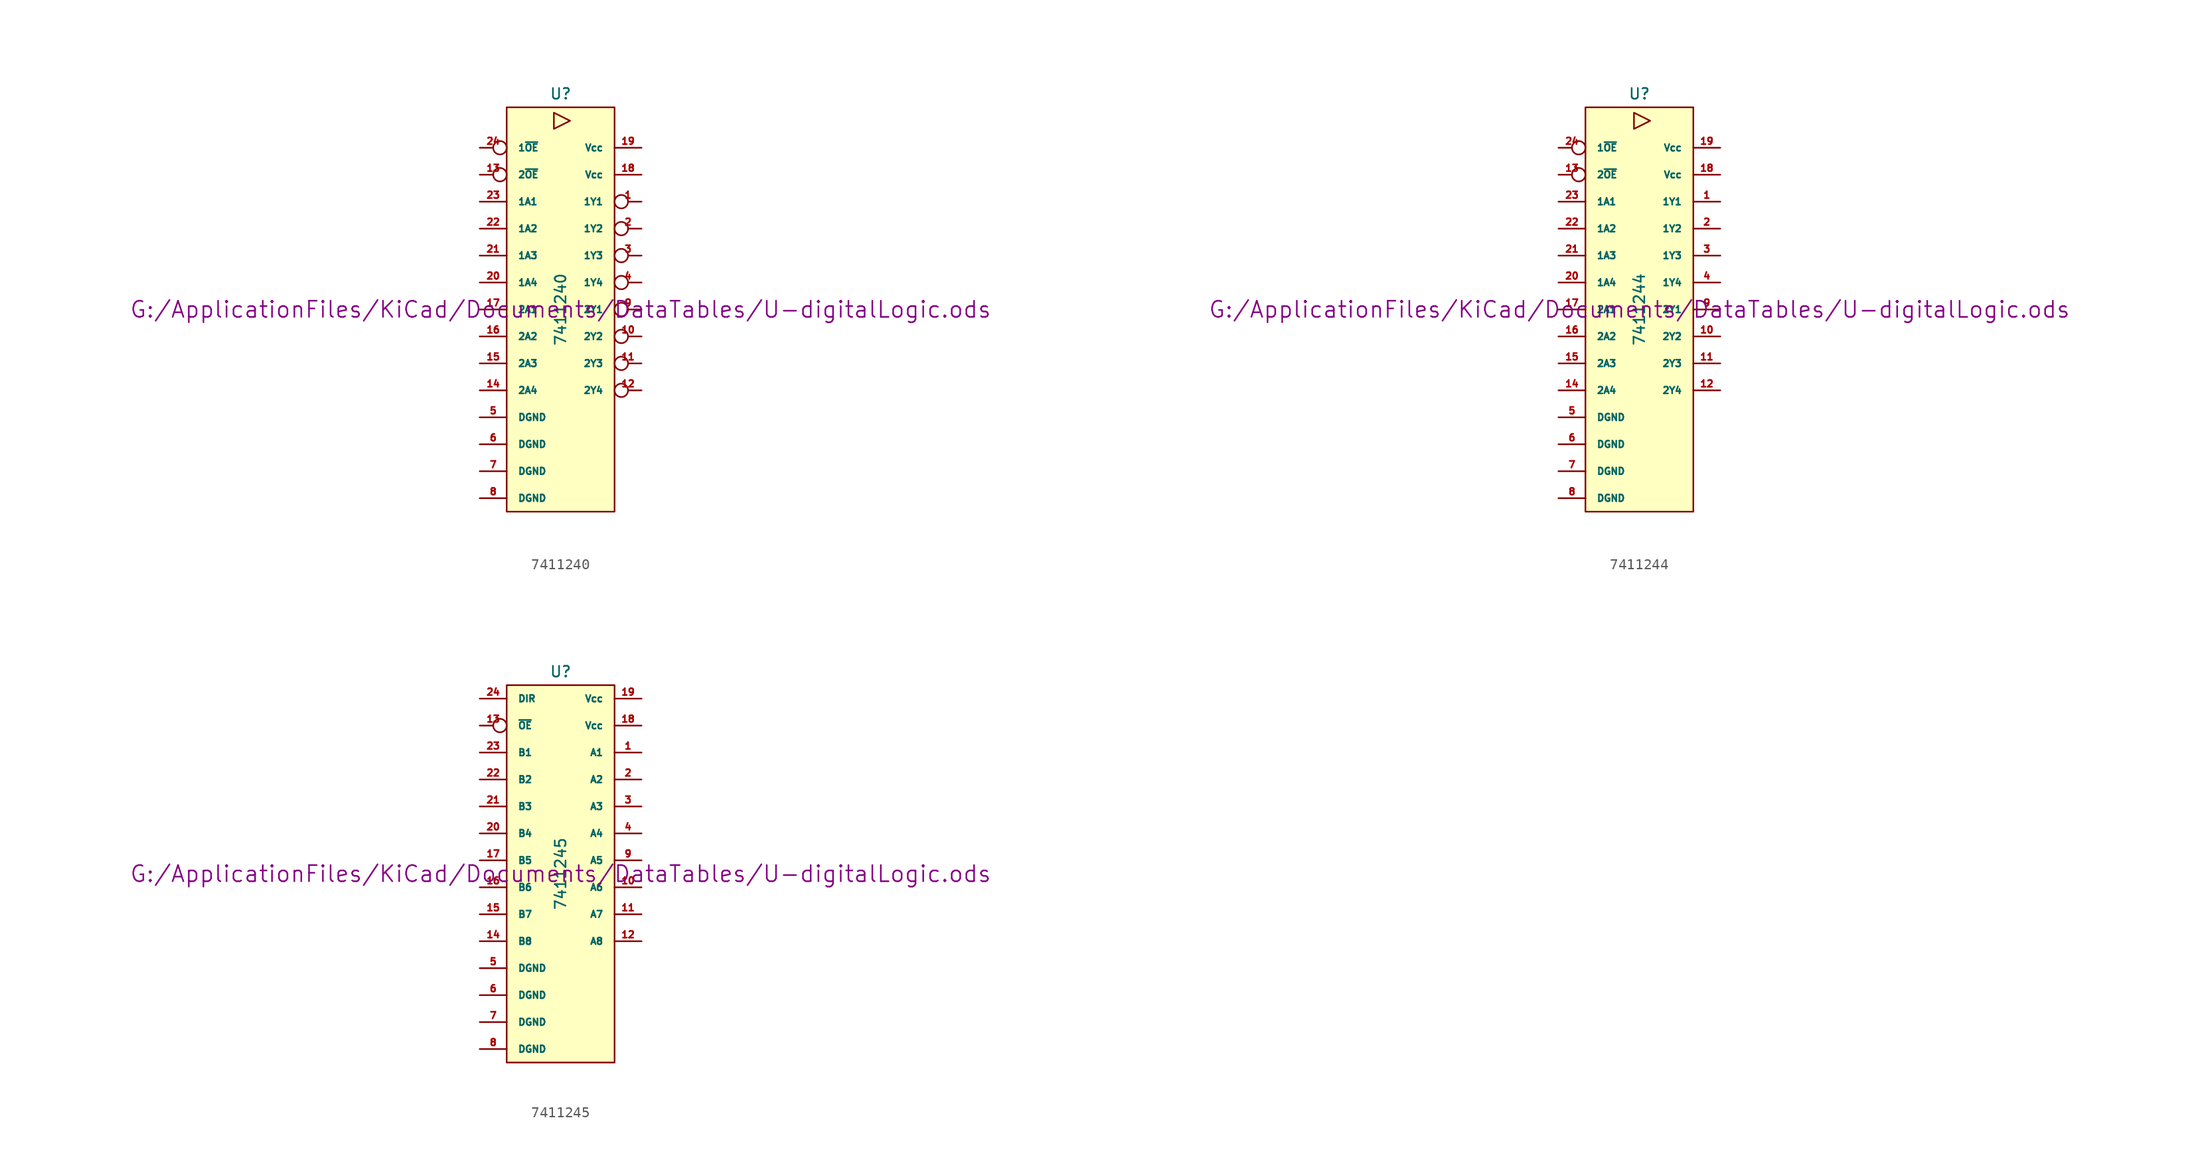
<source format=kicad_sym>
(kicad_symbol_lib
  (version 20211014)
  (generator kicad_symbol_editor)
  (symbol "7411240"
    (pin_names
      (offset 1.016))
    (property "Reference" "U"
      (at 0 20.32 0)
      (effects (font (size 1.016 1.016))))
    (property "Value" "7411240"
      (at 0 0 90)
      (effects (font (size 1.016 1.016))))
    (property "Footprint" ""
      (at 0 0 0)
      (effects (font (size 1.524 1.524))))
    (property "Datasheet" "G:/ApplicationFiles/KiCad/Documents/DataTables/U-digitalLogic.ods"
      (at 0 0 0)
      (effects (font (size 1.524 1.524))))
    (symbol "7411240_0_1"
      (rectangle (start -5.08 19.05) (end 5.08 -19.05) (stroke (width 0) (type default) (color 0 0 0 0)) (fill (type background)))
      (polyline (pts (xy -0.635 17.018) (xy -0.635 18.542) (xy 0.889 17.78) (xy -0.635 17.018)) (stroke (width 0) (type default) (color 0 0 0 0)) (fill (type none))))
    (symbol "7411240_1_1"
      (pin tri_state inverted (at 7.62 10.16 180) (length 2.54) (name "1Y1" (effects (font (size 0.635 0.635)))) (number "1" (effects (font (size 0.635 0.635)))))
      (pin tri_state inverted (at 7.62 -2.54 180) (length 2.54) (name "2Y2" (effects (font (size 0.635 0.635)))) (number "10" (effects (font (size 0.635 0.635)))))
      (pin tri_state inverted (at 7.62 -5.08 180) (length 2.54) (name "2Y3" (effects (font (size 0.635 0.635)))) (number "11" (effects (font (size 0.635 0.635)))))
      (pin tri_state inverted (at 7.62 -7.62 180) (length 2.54) (name "2Y4" (effects (font (size 0.635 0.635)))) (number "12" (effects (font (size 0.635 0.635)))))
      (pin input inverted (at -7.62 12.7 0) (length 2.54) (name "2~{OE}" (effects (font (size 0.635 0.635)))) (number "13" (effects (font (size 0.635 0.635)))))
      (pin input line (at -7.62 -7.62 0) (length 2.54) (name "2A4" (effects (font (size 0.635 0.635)))) (number "14" (effects (font (size 0.635 0.635)))))
      (pin input line (at -7.62 -5.08 0) (length 2.54) (name "2A3" (effects (font (size 0.635 0.635)))) (number "15" (effects (font (size 0.635 0.635)))))
      (pin input line (at -7.62 -2.54 0) (length 2.54) (name "2A2" (effects (font (size 0.635 0.635)))) (number "16" (effects (font (size 0.635 0.635)))))
      (pin input line (at -7.62 0 0) (length 2.54) (name "2A1" (effects (font (size 0.635 0.635)))) (number "17" (effects (font (size 0.635 0.635)))))
      (pin power_in line (at 7.62 12.7 180) (length 2.54) (name "Vcc" (effects (font (size 0.635 0.635)))) (number "18" (effects (font (size 0.635 0.635)))))
      (pin power_in line (at 7.62 15.24 180) (length 2.54) (name "Vcc" (effects (font (size 0.635 0.635)))) (number "19" (effects (font (size 0.635 0.635)))))
      (pin tri_state inverted (at 7.62 7.62 180) (length 2.54) (name "1Y2" (effects (font (size 0.635 0.635)))) (number "2" (effects (font (size 0.635 0.635)))))
      (pin input line (at -7.62 2.54 0) (length 2.54) (name "1A4" (effects (font (size 0.635 0.635)))) (number "20" (effects (font (size 0.635 0.635)))))
      (pin input line (at -7.62 5.08 0) (length 2.54) (name "1A3" (effects (font (size 0.635 0.635)))) (number "21" (effects (font (size 0.635 0.635)))))
      (pin input line (at -7.62 7.62 0) (length 2.54) (name "1A2" (effects (font (size 0.635 0.635)))) (number "22" (effects (font (size 0.635 0.635)))))
      (pin input line (at -7.62 10.16 0) (length 2.54) (name "1A1" (effects (font (size 0.635 0.635)))) (number "23" (effects (font (size 0.635 0.635)))))
      (pin input inverted (at -7.62 15.24 0) (length 2.54) (name "1~{OE}" (effects (font (size 0.635 0.635)))) (number "24" (effects (font (size 0.635 0.635)))))
      (pin tri_state inverted (at 7.62 5.08 180) (length 2.54) (name "1Y3" (effects (font (size 0.635 0.635)))) (number "3" (effects (font (size 0.635 0.635)))))
      (pin tri_state inverted (at 7.62 2.54 180) (length 2.54) (name "1Y4" (effects (font (size 0.635 0.635)))) (number "4" (effects (font (size 0.635 0.635)))))
      (pin power_in line (at -7.62 -10.16 0) (length 2.54) (name "DGND" (effects (font (size 0.635 0.635)))) (number "5" (effects (font (size 0.635 0.635)))))
      (pin power_in line (at -7.62 -12.7 0) (length 2.54) (name "DGND" (effects (font (size 0.635 0.635)))) (number "6" (effects (font (size 0.635 0.635)))))
      (pin power_in line (at -7.62 -15.24 0) (length 2.54) (name "DGND" (effects (font (size 0.635 0.635)))) (number "7" (effects (font (size 0.635 0.635)))))
      (pin power_in line (at -7.62 -17.78 0) (length 2.54) (name "DGND" (effects (font (size 0.635 0.635)))) (number "8" (effects (font (size 0.635 0.635)))))
      (pin tri_state inverted (at 7.62 0 180) (length 2.54) (name "2Y1" (effects (font (size 0.635 0.635)))) (number "9" (effects (font (size 0.635 0.635)))))))
  (symbol "7411244"
    (pin_names
      (offset 1.016))
    (property "Reference" "U"
      (at 0 20.32 0)
      (effects (font (size 1.016 1.016))))
    (property "Value" "7411244"
      (at 0 0 90)
      (effects (font (size 1.016 1.016))))
    (property "Footprint" ""
      (at 0 0 0)
      (effects (font (size 1.524 1.524))))
    (property "Datasheet" "G:/ApplicationFiles/KiCad/Documents/DataTables/U-digitalLogic.ods"
      (at 0 0 0)
      (effects (font (size 1.524 1.524))))
    (symbol "7411244_0_1"
      (rectangle (start -5.08 19.05) (end 5.08 -19.05) (stroke (width 0) (type default) (color 0 0 0 0)) (fill (type background)))
      (polyline (pts (xy -0.508 18.542) (xy -0.508 17.018) (xy 1.016 17.78) (xy -0.508 18.542)) (stroke (width 0) (type default) (color 0 0 0 0)) (fill (type none))))
    (symbol "7411244_1_1"
      (pin tri_state line (at 7.62 10.16 180) (length 2.54) (name "1Y1" (effects (font (size 0.635 0.635)))) (number "1" (effects (font (size 0.635 0.635)))))
      (pin tri_state line (at 7.62 -2.54 180) (length 2.54) (name "2Y2" (effects (font (size 0.635 0.635)))) (number "10" (effects (font (size 0.635 0.635)))))
      (pin tri_state line (at 7.62 -5.08 180) (length 2.54) (name "2Y3" (effects (font (size 0.635 0.635)))) (number "11" (effects (font (size 0.635 0.635)))))
      (pin tri_state line (at 7.62 -7.62 180) (length 2.54) (name "2Y4" (effects (font (size 0.635 0.635)))) (number "12" (effects (font (size 0.635 0.635)))))
      (pin input inverted (at -7.62 12.7 0) (length 2.54) (name "2~{OE}" (effects (font (size 0.635 0.635)))) (number "13" (effects (font (size 0.635 0.635)))))
      (pin input line (at -7.62 -7.62 0) (length 2.54) (name "2A4" (effects (font (size 0.635 0.635)))) (number "14" (effects (font (size 0.635 0.635)))))
      (pin input line (at -7.62 -5.08 0) (length 2.54) (name "2A3" (effects (font (size 0.635 0.635)))) (number "15" (effects (font (size 0.635 0.635)))))
      (pin input line (at -7.62 -2.54 0) (length 2.54) (name "2A2" (effects (font (size 0.635 0.635)))) (number "16" (effects (font (size 0.635 0.635)))))
      (pin input line (at -7.62 0 0) (length 2.54) (name "2A1" (effects (font (size 0.635 0.635)))) (number "17" (effects (font (size 0.635 0.635)))))
      (pin power_in line (at 7.62 12.7 180) (length 2.54) (name "Vcc" (effects (font (size 0.635 0.635)))) (number "18" (effects (font (size 0.635 0.635)))))
      (pin power_in line (at 7.62 15.24 180) (length 2.54) (name "Vcc" (effects (font (size 0.635 0.635)))) (number "19" (effects (font (size 0.635 0.635)))))
      (pin tri_state line (at 7.62 7.62 180) (length 2.54) (name "1Y2" (effects (font (size 0.635 0.635)))) (number "2" (effects (font (size 0.635 0.635)))))
      (pin input line (at -7.62 2.54 0) (length 2.54) (name "1A4" (effects (font (size 0.635 0.635)))) (number "20" (effects (font (size 0.635 0.635)))))
      (pin input line (at -7.62 5.08 0) (length 2.54) (name "1A3" (effects (font (size 0.635 0.635)))) (number "21" (effects (font (size 0.635 0.635)))))
      (pin input line (at -7.62 7.62 0) (length 2.54) (name "1A2" (effects (font (size 0.635 0.635)))) (number "22" (effects (font (size 0.635 0.635)))))
      (pin input line (at -7.62 10.16 0) (length 2.54) (name "1A1" (effects (font (size 0.635 0.635)))) (number "23" (effects (font (size 0.635 0.635)))))
      (pin input inverted (at -7.62 15.24 0) (length 2.54) (name "1~{OE}" (effects (font (size 0.635 0.635)))) (number "24" (effects (font (size 0.635 0.635)))))
      (pin tri_state line (at 7.62 5.08 180) (length 2.54) (name "1Y3" (effects (font (size 0.635 0.635)))) (number "3" (effects (font (size 0.635 0.635)))))
      (pin tri_state line (at 7.62 2.54 180) (length 2.54) (name "1Y4" (effects (font (size 0.635 0.635)))) (number "4" (effects (font (size 0.635 0.635)))))
      (pin power_in line (at -7.62 -10.16 0) (length 2.54) (name "DGND" (effects (font (size 0.635 0.635)))) (number "5" (effects (font (size 0.635 0.635)))))
      (pin power_in line (at -7.62 -12.7 0) (length 2.54) (name "DGND" (effects (font (size 0.635 0.635)))) (number "6" (effects (font (size 0.635 0.635)))))
      (pin power_in line (at -7.62 -15.24 0) (length 2.54) (name "DGND" (effects (font (size 0.635 0.635)))) (number "7" (effects (font (size 0.635 0.635)))))
      (pin power_in line (at -7.62 -17.78 0) (length 2.54) (name "DGND" (effects (font (size 0.635 0.635)))) (number "8" (effects (font (size 0.635 0.635)))))
      (pin tri_state line (at 7.62 0 180) (length 2.54) (name "2Y1" (effects (font (size 0.635 0.635)))) (number "9" (effects (font (size 0.635 0.635)))))))
  (symbol "7411245"
    (pin_names
      (offset 1.016))
    (property "Reference" "U"
      (at 0 19.05 0)
      (effects (font (size 1.016 1.016))))
    (property "Value" "7411245"
      (at 0 0 90)
      (effects (font (size 1.016 1.016))))
    (property "Footprint" ""
      (at 0 0 0)
      (effects (font (size 1.524 1.524))))
    (property "Datasheet" "G:/ApplicationFiles/KiCad/Documents/DataTables/U-digitalLogic.ods"
      (at 0 0 0)
      (effects (font (size 1.524 1.524))))
    (symbol "7411245_0_1"
      (rectangle (start -5.08 17.78) (end 5.08 -17.78) (stroke (width 0) (type default) (color 0 0 0 0)) (fill (type background))))
    (symbol "7411245_1_1"
      (pin bidirectional line (at 7.62 11.43 180) (length 2.54) (name "A1" (effects (font (size 0.635 0.635)))) (number "1" (effects (font (size 0.635 0.635)))))
      (pin bidirectional line (at 7.62 -1.27 180) (length 2.54) (name "A6" (effects (font (size 0.635 0.635)))) (number "10" (effects (font (size 0.635 0.635)))))
      (pin bidirectional line (at 7.62 -3.81 180) (length 2.54) (name "A7" (effects (font (size 0.635 0.635)))) (number "11" (effects (font (size 0.635 0.635)))))
      (pin bidirectional line (at 7.62 -6.35 180) (length 2.54) (name "A8" (effects (font (size 0.635 0.635)))) (number "12" (effects (font (size 0.635 0.635)))))
      (pin input inverted (at -7.62 13.97 0) (length 2.54) (name "~{OE}" (effects (font (size 0.635 0.635)))) (number "13" (effects (font (size 0.635 0.635)))))
      (pin bidirectional line (at -7.62 -6.35 0) (length 2.54) (name "B8" (effects (font (size 0.635 0.635)))) (number "14" (effects (font (size 0.635 0.635)))))
      (pin bidirectional line (at -7.62 -3.81 0) (length 2.54) (name "B7" (effects (font (size 0.635 0.635)))) (number "15" (effects (font (size 0.635 0.635)))))
      (pin bidirectional line (at -7.62 -1.27 0) (length 2.54) (name "B6" (effects (font (size 0.635 0.635)))) (number "16" (effects (font (size 0.635 0.635)))))
      (pin bidirectional line (at -7.62 1.27 0) (length 2.54) (name "B5" (effects (font (size 0.635 0.635)))) (number "17" (effects (font (size 0.635 0.635)))))
      (pin power_in line (at 7.62 13.97 180) (length 2.54) (name "Vcc" (effects (font (size 0.635 0.635)))) (number "18" (effects (font (size 0.635 0.635)))))
      (pin power_in line (at 7.62 16.51 180) (length 2.54) (name "Vcc" (effects (font (size 0.635 0.635)))) (number "19" (effects (font (size 0.635 0.635)))))
      (pin bidirectional line (at 7.62 8.89 180) (length 2.54) (name "A2" (effects (font (size 0.635 0.635)))) (number "2" (effects (font (size 0.635 0.635)))))
      (pin bidirectional line (at -7.62 3.81 0) (length 2.54) (name "B4" (effects (font (size 0.635 0.635)))) (number "20" (effects (font (size 0.635 0.635)))))
      (pin bidirectional line (at -7.62 6.35 0) (length 2.54) (name "B3" (effects (font (size 0.635 0.635)))) (number "21" (effects (font (size 0.635 0.635)))))
      (pin bidirectional line (at -7.62 8.89 0) (length 2.54) (name "B2" (effects (font (size 0.635 0.635)))) (number "22" (effects (font (size 0.635 0.635)))))
      (pin bidirectional line (at -7.62 11.43 0) (length 2.54) (name "B1" (effects (font (size 0.635 0.635)))) (number "23" (effects (font (size 0.635 0.635)))))
      (pin input line (at -7.62 16.51 0) (length 2.54) (name "DIR" (effects (font (size 0.635 0.635)))) (number "24" (effects (font (size 0.635 0.635)))))
      (pin bidirectional line (at 7.62 6.35 180) (length 2.54) (name "A3" (effects (font (size 0.635 0.635)))) (number "3" (effects (font (size 0.635 0.635)))))
      (pin bidirectional line (at 7.62 3.81 180) (length 2.54) (name "A4" (effects (font (size 0.635 0.635)))) (number "4" (effects (font (size 0.635 0.635)))))
      (pin power_in line (at -7.62 -8.89 0) (length 2.54) (name "DGND" (effects (font (size 0.635 0.635)))) (number "5" (effects (font (size 0.635 0.635)))))
      (pin power_in line (at -7.62 -11.43 0) (length 2.54) (name "DGND" (effects (font (size 0.635 0.635)))) (number "6" (effects (font (size 0.635 0.635)))))
      (pin power_in line (at -7.62 -13.97 0) (length 2.54) (name "DGND" (effects (font (size 0.635 0.635)))) (number "7" (effects (font (size 0.635 0.635)))))
      (pin power_in line (at -7.62 -16.51 0) (length 2.54) (name "DGND" (effects (font (size 0.635 0.635)))) (number "8" (effects (font (size 0.635 0.635)))))
      (pin bidirectional line (at 7.62 1.27 180) (length 2.54) (name "A5" (effects (font (size 0.635 0.635)))) (number "9" (effects (font (size 0.635 0.635))))))))
</source>
